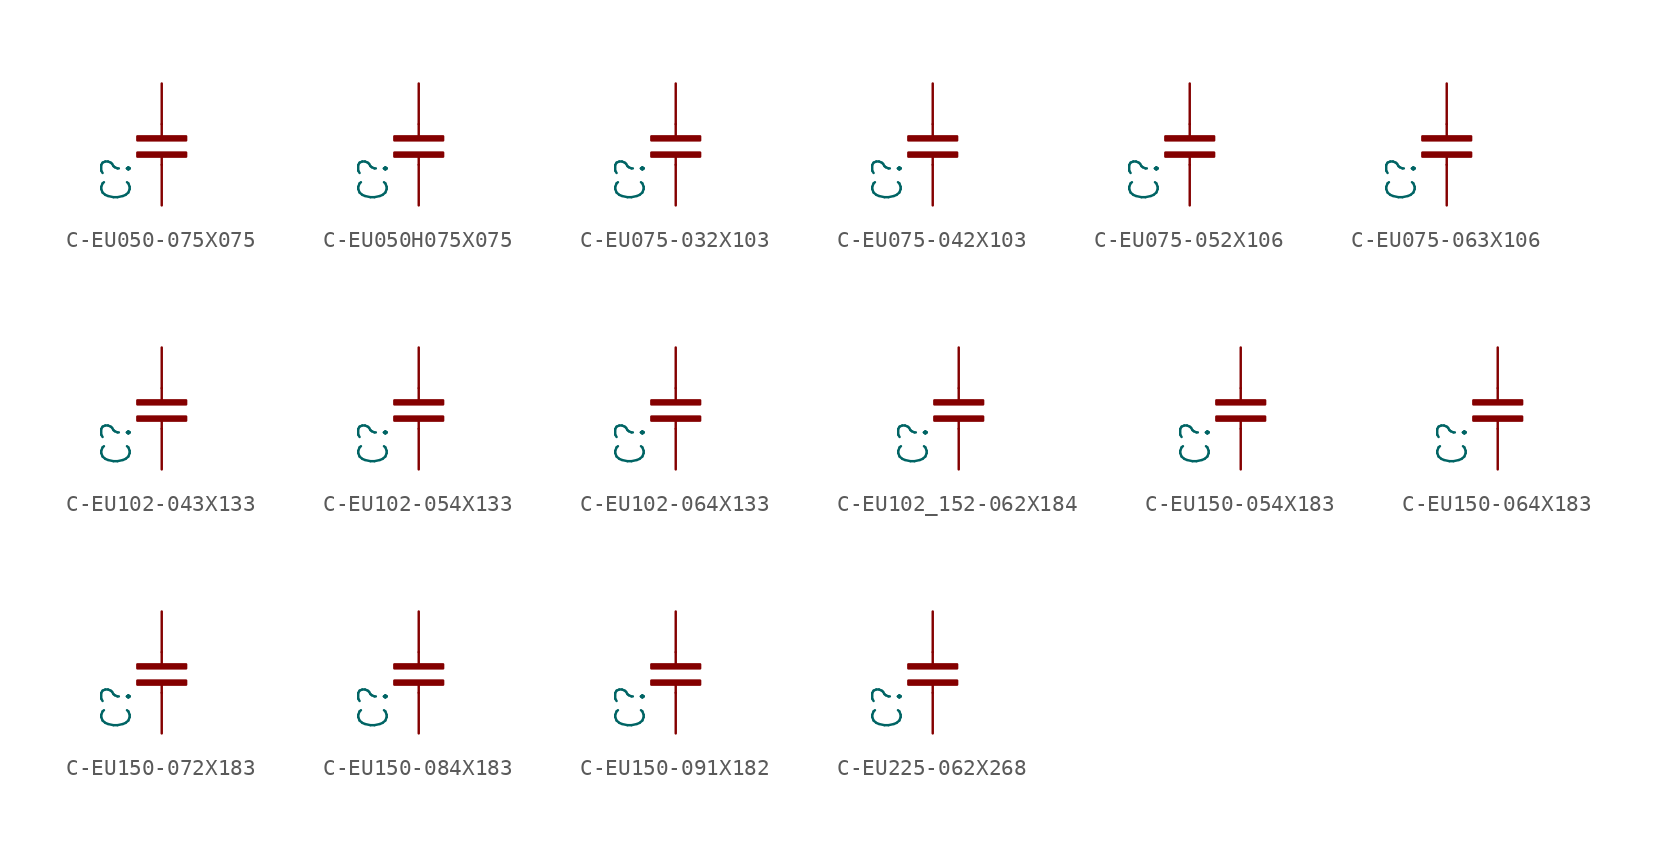
<source format=kicad_sym>
(kicad_symbol_lib
  (version 20220914)
  (generator kicad_symbol_editor)
  (symbol "C-EU050-075X075"
    (property "Reference" "C"
      (at -1.778 -4.953 90)
      (effects (font (size 1.778 1.511)) (justify left bottom)))
    (property "Value" ""
      (at 3.81 -5.207 90)
      (effects (font (size 1.778 1.511)) (justify left bottom)))
    (property "ki_locked" ""
      (at 0 0 0)
      (effects (font (size 1.27 1.27))))
    (symbol "C-EU050-075X075_1_0"
      (rectangle (start -1.524 -2.032) (end 1.524 -1.778) (stroke (width 0) (type default)) (fill (type outline)))
      (rectangle (start -1.524 -1.016) (end 1.524 -0.762) (stroke (width 0) (type default)) (fill (type outline)))
      (polyline (pts (xy 0 -2.54) (xy 0 -2.032)) (stroke (width 0.152) (type solid)) (fill (type none)))
      (polyline (pts (xy 0 0) (xy 0 -0.762)) (stroke (width 0.152) (type solid)) (fill (type none)))
      (pin passive line (at 0 2.54 270) (length 2.54) (name "1" (effects (font (size 0 0)))) (number "1" (effects (font (size 0 0)))))
      (pin passive line (at 0 -5.08 90) (length 2.54) (name "2" (effects (font (size 0 0)))) (number "2" (effects (font (size 0 0)))))))
  (symbol "C-EU050H075X075"
    (property "Reference" "C"
      (at -1.778 -4.953 90)
      (effects (font (size 1.778 1.511)) (justify left bottom)))
    (property "Value" ""
      (at 3.81 -5.207 90)
      (effects (font (size 1.778 1.511)) (justify left bottom)))
    (property "ki_locked" ""
      (at 0 0 0)
      (effects (font (size 1.27 1.27))))
    (symbol "C-EU050H075X075_1_0"
      (rectangle (start -1.524 -2.032) (end 1.524 -1.778) (stroke (width 0) (type default)) (fill (type outline)))
      (rectangle (start -1.524 -1.016) (end 1.524 -0.762) (stroke (width 0) (type default)) (fill (type outline)))
      (polyline (pts (xy 0 -2.54) (xy 0 -2.032)) (stroke (width 0.152) (type solid)) (fill (type none)))
      (polyline (pts (xy 0 0) (xy 0 -0.762)) (stroke (width 0.152) (type solid)) (fill (type none)))
      (pin passive line (at 0 2.54 270) (length 2.54) (name "1" (effects (font (size 0 0)))) (number "1" (effects (font (size 0 0)))))
      (pin passive line (at 0 -5.08 90) (length 2.54) (name "2" (effects (font (size 0 0)))) (number "2" (effects (font (size 0 0)))))))
  (symbol "C-EU075-032X103"
    (property "Reference" "C"
      (at -1.778 -4.953 90)
      (effects (font (size 1.778 1.511)) (justify left bottom)))
    (property "Value" ""
      (at 3.81 -5.207 90)
      (effects (font (size 1.778 1.511)) (justify left bottom)))
    (property "ki_locked" ""
      (at 0 0 0)
      (effects (font (size 1.27 1.27))))
    (symbol "C-EU075-032X103_1_0"
      (rectangle (start -1.524 -2.032) (end 1.524 -1.778) (stroke (width 0) (type default)) (fill (type outline)))
      (rectangle (start -1.524 -1.016) (end 1.524 -0.762) (stroke (width 0) (type default)) (fill (type outline)))
      (polyline (pts (xy 0 -2.54) (xy 0 -2.032)) (stroke (width 0.152) (type solid)) (fill (type none)))
      (polyline (pts (xy 0 0) (xy 0 -0.762)) (stroke (width 0.152) (type solid)) (fill (type none)))
      (pin passive line (at 0 2.54 270) (length 2.54) (name "1" (effects (font (size 0 0)))) (number "1" (effects (font (size 0 0)))))
      (pin passive line (at 0 -5.08 90) (length 2.54) (name "2" (effects (font (size 0 0)))) (number "2" (effects (font (size 0 0)))))))
  (symbol "C-EU075-042X103"
    (property "Reference" "C"
      (at -1.778 -4.953 90)
      (effects (font (size 1.778 1.511)) (justify left bottom)))
    (property "Value" ""
      (at 3.81 -5.207 90)
      (effects (font (size 1.778 1.511)) (justify left bottom)))
    (property "ki_locked" ""
      (at 0 0 0)
      (effects (font (size 1.27 1.27))))
    (symbol "C-EU075-042X103_1_0"
      (rectangle (start -1.524 -2.032) (end 1.524 -1.778) (stroke (width 0) (type default)) (fill (type outline)))
      (rectangle (start -1.524 -1.016) (end 1.524 -0.762) (stroke (width 0) (type default)) (fill (type outline)))
      (polyline (pts (xy 0 -2.54) (xy 0 -2.032)) (stroke (width 0.152) (type solid)) (fill (type none)))
      (polyline (pts (xy 0 0) (xy 0 -0.762)) (stroke (width 0.152) (type solid)) (fill (type none)))
      (pin passive line (at 0 2.54 270) (length 2.54) (name "1" (effects (font (size 0 0)))) (number "1" (effects (font (size 0 0)))))
      (pin passive line (at 0 -5.08 90) (length 2.54) (name "2" (effects (font (size 0 0)))) (number "2" (effects (font (size 0 0)))))))
  (symbol "C-EU075-052X106"
    (property "Reference" "C"
      (at -1.778 -4.953 90)
      (effects (font (size 1.778 1.511)) (justify left bottom)))
    (property "Value" ""
      (at 3.81 -5.207 90)
      (effects (font (size 1.778 1.511)) (justify left bottom)))
    (property "ki_locked" ""
      (at 0 0 0)
      (effects (font (size 1.27 1.27))))
    (symbol "C-EU075-052X106_1_0"
      (rectangle (start -1.524 -2.032) (end 1.524 -1.778) (stroke (width 0) (type default)) (fill (type outline)))
      (rectangle (start -1.524 -1.016) (end 1.524 -0.762) (stroke (width 0) (type default)) (fill (type outline)))
      (polyline (pts (xy 0 -2.54) (xy 0 -2.032)) (stroke (width 0.152) (type solid)) (fill (type none)))
      (polyline (pts (xy 0 0) (xy 0 -0.762)) (stroke (width 0.152) (type solid)) (fill (type none)))
      (pin passive line (at 0 2.54 270) (length 2.54) (name "1" (effects (font (size 0 0)))) (number "1" (effects (font (size 0 0)))))
      (pin passive line (at 0 -5.08 90) (length 2.54) (name "2" (effects (font (size 0 0)))) (number "2" (effects (font (size 0 0)))))))
  (symbol "C-EU075-063X106"
    (property "Reference" "C"
      (at -1.778 -4.953 90)
      (effects (font (size 1.778 1.511)) (justify left bottom)))
    (property "Value" ""
      (at 3.81 -5.207 90)
      (effects (font (size 1.778 1.511)) (justify left bottom)))
    (property "ki_locked" ""
      (at 0 0 0)
      (effects (font (size 1.27 1.27))))
    (symbol "C-EU075-063X106_1_0"
      (rectangle (start -1.524 -2.032) (end 1.524 -1.778) (stroke (width 0) (type default)) (fill (type outline)))
      (rectangle (start -1.524 -1.016) (end 1.524 -0.762) (stroke (width 0) (type default)) (fill (type outline)))
      (polyline (pts (xy 0 -2.54) (xy 0 -2.032)) (stroke (width 0.152) (type solid)) (fill (type none)))
      (polyline (pts (xy 0 0) (xy 0 -0.762)) (stroke (width 0.152) (type solid)) (fill (type none)))
      (pin passive line (at 0 2.54 270) (length 2.54) (name "1" (effects (font (size 0 0)))) (number "1" (effects (font (size 0 0)))))
      (pin passive line (at 0 -5.08 90) (length 2.54) (name "2" (effects (font (size 0 0)))) (number "2" (effects (font (size 0 0)))))))
  (symbol "C-EU102-043X133"
    (property "Reference" "C"
      (at -1.778 -4.953 90)
      (effects (font (size 1.778 1.511)) (justify left bottom)))
    (property "Value" ""
      (at 3.81 -5.207 90)
      (effects (font (size 1.778 1.511)) (justify left bottom)))
    (property "ki_locked" ""
      (at 0 0 0)
      (effects (font (size 1.27 1.27))))
    (symbol "C-EU102-043X133_1_0"
      (rectangle (start -1.524 -2.032) (end 1.524 -1.778) (stroke (width 0) (type default)) (fill (type outline)))
      (rectangle (start -1.524 -1.016) (end 1.524 -0.762) (stroke (width 0) (type default)) (fill (type outline)))
      (polyline (pts (xy 0 -2.54) (xy 0 -2.032)) (stroke (width 0.152) (type solid)) (fill (type none)))
      (polyline (pts (xy 0 0) (xy 0 -0.762)) (stroke (width 0.152) (type solid)) (fill (type none)))
      (pin passive line (at 0 2.54 270) (length 2.54) (name "1" (effects (font (size 0 0)))) (number "1" (effects (font (size 0 0)))))
      (pin passive line (at 0 -5.08 90) (length 2.54) (name "2" (effects (font (size 0 0)))) (number "2" (effects (font (size 0 0)))))))
  (symbol "C-EU102-054X133"
    (property "Reference" "C"
      (at -1.778 -4.953 90)
      (effects (font (size 1.778 1.511)) (justify left bottom)))
    (property "Value" ""
      (at 3.81 -5.207 90)
      (effects (font (size 1.778 1.511)) (justify left bottom)))
    (property "ki_locked" ""
      (at 0 0 0)
      (effects (font (size 1.27 1.27))))
    (symbol "C-EU102-054X133_1_0"
      (rectangle (start -1.524 -2.032) (end 1.524 -1.778) (stroke (width 0) (type default)) (fill (type outline)))
      (rectangle (start -1.524 -1.016) (end 1.524 -0.762) (stroke (width 0) (type default)) (fill (type outline)))
      (polyline (pts (xy 0 -2.54) (xy 0 -2.032)) (stroke (width 0.152) (type solid)) (fill (type none)))
      (polyline (pts (xy 0 0) (xy 0 -0.762)) (stroke (width 0.152) (type solid)) (fill (type none)))
      (pin passive line (at 0 2.54 270) (length 2.54) (name "1" (effects (font (size 0 0)))) (number "1" (effects (font (size 0 0)))))
      (pin passive line (at 0 -5.08 90) (length 2.54) (name "2" (effects (font (size 0 0)))) (number "2" (effects (font (size 0 0)))))))
  (symbol "C-EU102-064X133"
    (property "Reference" "C"
      (at -1.778 -4.953 90)
      (effects (font (size 1.778 1.511)) (justify left bottom)))
    (property "Value" ""
      (at 3.81 -5.207 90)
      (effects (font (size 1.778 1.511)) (justify left bottom)))
    (property "ki_locked" ""
      (at 0 0 0)
      (effects (font (size 1.27 1.27))))
    (symbol "C-EU102-064X133_1_0"
      (rectangle (start -1.524 -2.032) (end 1.524 -1.778) (stroke (width 0) (type default)) (fill (type outline)))
      (rectangle (start -1.524 -1.016) (end 1.524 -0.762) (stroke (width 0) (type default)) (fill (type outline)))
      (polyline (pts (xy 0 -2.54) (xy 0 -2.032)) (stroke (width 0.152) (type solid)) (fill (type none)))
      (polyline (pts (xy 0 0) (xy 0 -0.762)) (stroke (width 0.152) (type solid)) (fill (type none)))
      (pin passive line (at 0 2.54 270) (length 2.54) (name "1" (effects (font (size 0 0)))) (number "1" (effects (font (size 0 0)))))
      (pin passive line (at 0 -5.08 90) (length 2.54) (name "2" (effects (font (size 0 0)))) (number "2" (effects (font (size 0 0)))))))
  (symbol "C-EU102_152-062X184"
    (property "Reference" "C"
      (at -1.778 -4.953 90)
      (effects (font (size 1.778 1.511)) (justify left bottom)))
    (property "Value" ""
      (at 3.81 -5.207 90)
      (effects (font (size 1.778 1.511)) (justify left bottom)))
    (property "ki_locked" ""
      (at 0 0 0)
      (effects (font (size 1.27 1.27))))
    (symbol "C-EU102_152-062X184_1_0"
      (rectangle (start -1.524 -2.032) (end 1.524 -1.778) (stroke (width 0) (type default)) (fill (type outline)))
      (rectangle (start -1.524 -1.016) (end 1.524 -0.762) (stroke (width 0) (type default)) (fill (type outline)))
      (polyline (pts (xy 0 -2.54) (xy 0 -2.032)) (stroke (width 0.152) (type solid)) (fill (type none)))
      (polyline (pts (xy 0 0) (xy 0 -0.762)) (stroke (width 0.152) (type solid)) (fill (type none)))
      (pin passive line (at 0 2.54 270) (length 2.54) (name "1" (effects (font (size 0 0)))) (number "1" (effects (font (size 0 0)))))
      (pin passive line (at 0 -5.08 90) (length 2.54) (name "2" (effects (font (size 0 0)))) (number "2" (effects (font (size 0 0)))))))
  (symbol "C-EU150-054X183"
    (property "Reference" "C"
      (at -1.778 -4.953 90)
      (effects (font (size 1.778 1.511)) (justify left bottom)))
    (property "Value" ""
      (at 3.81 -5.207 90)
      (effects (font (size 1.778 1.511)) (justify left bottom)))
    (property "ki_locked" ""
      (at 0 0 0)
      (effects (font (size 1.27 1.27))))
    (symbol "C-EU150-054X183_1_0"
      (rectangle (start -1.524 -2.032) (end 1.524 -1.778) (stroke (width 0) (type default)) (fill (type outline)))
      (rectangle (start -1.524 -1.016) (end 1.524 -0.762) (stroke (width 0) (type default)) (fill (type outline)))
      (polyline (pts (xy 0 -2.54) (xy 0 -2.032)) (stroke (width 0.152) (type solid)) (fill (type none)))
      (polyline (pts (xy 0 0) (xy 0 -0.762)) (stroke (width 0.152) (type solid)) (fill (type none)))
      (pin passive line (at 0 2.54 270) (length 2.54) (name "1" (effects (font (size 0 0)))) (number "1" (effects (font (size 0 0)))))
      (pin passive line (at 0 -5.08 90) (length 2.54) (name "2" (effects (font (size 0 0)))) (number "2" (effects (font (size 0 0)))))))
  (symbol "C-EU150-064X183"
    (property "Reference" "C"
      (at -1.778 -4.953 90)
      (effects (font (size 1.778 1.511)) (justify left bottom)))
    (property "Value" ""
      (at 3.81 -5.207 90)
      (effects (font (size 1.778 1.511)) (justify left bottom)))
    (property "ki_locked" ""
      (at 0 0 0)
      (effects (font (size 1.27 1.27))))
    (symbol "C-EU150-064X183_1_0"
      (rectangle (start -1.524 -2.032) (end 1.524 -1.778) (stroke (width 0) (type default)) (fill (type outline)))
      (rectangle (start -1.524 -1.016) (end 1.524 -0.762) (stroke (width 0) (type default)) (fill (type outline)))
      (polyline (pts (xy 0 -2.54) (xy 0 -2.032)) (stroke (width 0.152) (type solid)) (fill (type none)))
      (polyline (pts (xy 0 0) (xy 0 -0.762)) (stroke (width 0.152) (type solid)) (fill (type none)))
      (pin passive line (at 0 2.54 270) (length 2.54) (name "1" (effects (font (size 0 0)))) (number "1" (effects (font (size 0 0)))))
      (pin passive line (at 0 -5.08 90) (length 2.54) (name "2" (effects (font (size 0 0)))) (number "2" (effects (font (size 0 0)))))))
  (symbol "C-EU150-072X183"
    (property "Reference" "C"
      (at -1.778 -4.953 90)
      (effects (font (size 1.778 1.511)) (justify left bottom)))
    (property "Value" ""
      (at 3.81 -5.207 90)
      (effects (font (size 1.778 1.511)) (justify left bottom)))
    (property "ki_locked" ""
      (at 0 0 0)
      (effects (font (size 1.27 1.27))))
    (symbol "C-EU150-072X183_1_0"
      (rectangle (start -1.524 -2.032) (end 1.524 -1.778) (stroke (width 0) (type default)) (fill (type outline)))
      (rectangle (start -1.524 -1.016) (end 1.524 -0.762) (stroke (width 0) (type default)) (fill (type outline)))
      (polyline (pts (xy 0 -2.54) (xy 0 -2.032)) (stroke (width 0.152) (type solid)) (fill (type none)))
      (polyline (pts (xy 0 0) (xy 0 -0.762)) (stroke (width 0.152) (type solid)) (fill (type none)))
      (pin passive line (at 0 2.54 270) (length 2.54) (name "1" (effects (font (size 0 0)))) (number "1" (effects (font (size 0 0)))))
      (pin passive line (at 0 -5.08 90) (length 2.54) (name "2" (effects (font (size 0 0)))) (number "2" (effects (font (size 0 0)))))))
  (symbol "C-EU150-084X183"
    (property "Reference" "C"
      (at -1.778 -4.953 90)
      (effects (font (size 1.778 1.511)) (justify left bottom)))
    (property "Value" ""
      (at 3.81 -5.207 90)
      (effects (font (size 1.778 1.511)) (justify left bottom)))
    (property "ki_locked" ""
      (at 0 0 0)
      (effects (font (size 1.27 1.27))))
    (symbol "C-EU150-084X183_1_0"
      (rectangle (start -1.524 -2.032) (end 1.524 -1.778) (stroke (width 0) (type default)) (fill (type outline)))
      (rectangle (start -1.524 -1.016) (end 1.524 -0.762) (stroke (width 0) (type default)) (fill (type outline)))
      (polyline (pts (xy 0 -2.54) (xy 0 -2.032)) (stroke (width 0.152) (type solid)) (fill (type none)))
      (polyline (pts (xy 0 0) (xy 0 -0.762)) (stroke (width 0.152) (type solid)) (fill (type none)))
      (pin passive line (at 0 2.54 270) (length 2.54) (name "1" (effects (font (size 0 0)))) (number "1" (effects (font (size 0 0)))))
      (pin passive line (at 0 -5.08 90) (length 2.54) (name "2" (effects (font (size 0 0)))) (number "2" (effects (font (size 0 0)))))))
  (symbol "C-EU150-091X182"
    (property "Reference" "C"
      (at -1.778 -4.953 90)
      (effects (font (size 1.778 1.511)) (justify left bottom)))
    (property "Value" ""
      (at 3.81 -5.207 90)
      (effects (font (size 1.778 1.511)) (justify left bottom)))
    (property "ki_locked" ""
      (at 0 0 0)
      (effects (font (size 1.27 1.27))))
    (symbol "C-EU150-091X182_1_0"
      (rectangle (start -1.524 -2.032) (end 1.524 -1.778) (stroke (width 0) (type default)) (fill (type outline)))
      (rectangle (start -1.524 -1.016) (end 1.524 -0.762) (stroke (width 0) (type default)) (fill (type outline)))
      (polyline (pts (xy 0 -2.54) (xy 0 -2.032)) (stroke (width 0.152) (type solid)) (fill (type none)))
      (polyline (pts (xy 0 0) (xy 0 -0.762)) (stroke (width 0.152) (type solid)) (fill (type none)))
      (pin passive line (at 0 2.54 270) (length 2.54) (name "1" (effects (font (size 0 0)))) (number "1" (effects (font (size 0 0)))))
      (pin passive line (at 0 -5.08 90) (length 2.54) (name "2" (effects (font (size 0 0)))) (number "2" (effects (font (size 0 0)))))))
  (symbol "C-EU225-062X268"
    (property "Reference" "C"
      (at -1.778 -4.953 90)
      (effects (font (size 1.778 1.511)) (justify left bottom)))
    (property "Value" ""
      (at 3.81 -5.207 90)
      (effects (font (size 1.778 1.511)) (justify left bottom)))
    (property "ki_locked" ""
      (at 0 0 0)
      (effects (font (size 1.27 1.27))))
    (symbol "C-EU225-062X268_1_0"
      (rectangle (start -1.524 -2.032) (end 1.524 -1.778) (stroke (width 0) (type default)) (fill (type outline)))
      (rectangle (start -1.524 -1.016) (end 1.524 -0.762) (stroke (width 0) (type default)) (fill (type outline)))
      (polyline (pts (xy 0 -2.54) (xy 0 -2.032)) (stroke (width 0.152) (type solid)) (fill (type none)))
      (polyline (pts (xy 0 0) (xy 0 -0.762)) (stroke (width 0.152) (type solid)) (fill (type none)))
      (pin passive line (at 0 2.54 270) (length 2.54) (name "1" (effects (font (size 0 0)))) (number "1" (effects (font (size 0 0)))))
      (pin passive line (at 0 -5.08 90) (length 2.54) (name "2" (effects (font (size 0 0)))) (number "2" (effects (font (size 0 0))))))))
</source>
